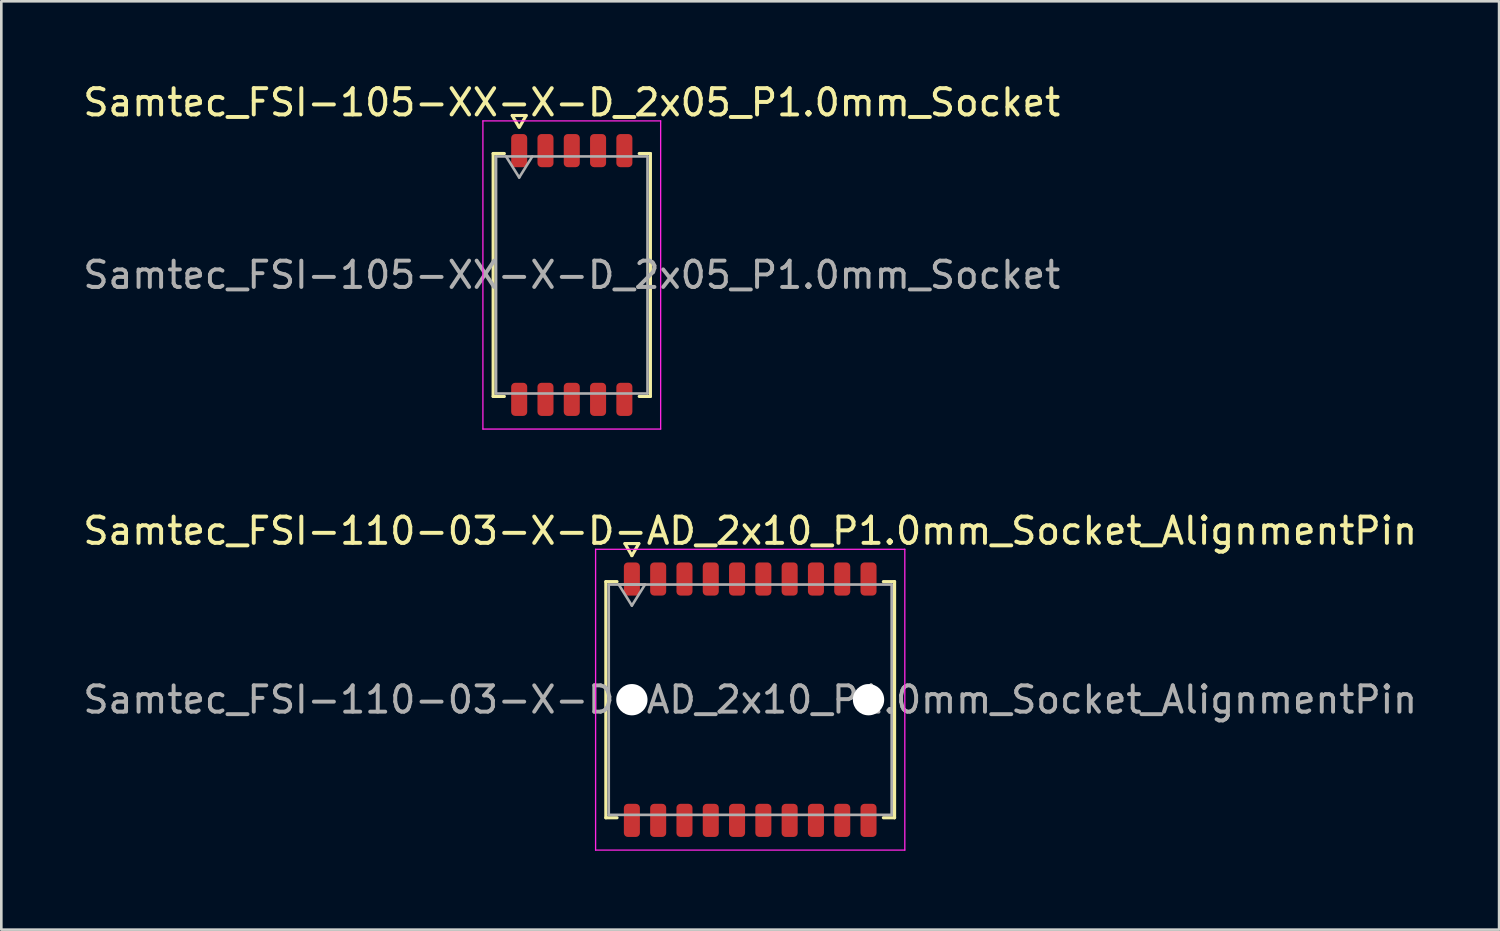
<source format=kicad_pcb>
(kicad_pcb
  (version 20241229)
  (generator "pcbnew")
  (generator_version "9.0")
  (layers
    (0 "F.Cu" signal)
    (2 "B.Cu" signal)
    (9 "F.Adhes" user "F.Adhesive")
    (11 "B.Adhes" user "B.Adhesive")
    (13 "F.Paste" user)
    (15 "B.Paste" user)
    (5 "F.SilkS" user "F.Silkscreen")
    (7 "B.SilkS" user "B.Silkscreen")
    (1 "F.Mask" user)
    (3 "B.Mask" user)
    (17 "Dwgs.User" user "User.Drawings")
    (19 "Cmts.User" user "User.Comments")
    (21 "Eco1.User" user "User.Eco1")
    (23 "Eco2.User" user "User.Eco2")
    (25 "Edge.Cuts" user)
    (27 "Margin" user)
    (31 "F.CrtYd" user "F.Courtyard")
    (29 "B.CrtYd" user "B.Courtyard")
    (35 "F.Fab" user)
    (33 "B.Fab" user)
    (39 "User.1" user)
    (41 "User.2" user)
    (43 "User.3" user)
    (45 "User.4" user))
  (footprint "Samtec_FSI-110-03-X-D-AD_2x10_P1.0mm_Socket_AlignmentPin"
    (layer "F.Cu")
    (at 25.482 23.561)
    (property "Reference" "Samtec_FSI-110-03-X-D-AD_2x10_P1.0mm_Socket_AlignmentPin" (at 0 -6.42 0) (layer "F.SilkS") (effects (font (size 1 1) (thickness 0.15))))
    (attr smd)
    (fp_line (start -5.49 -4.49) (end -5.065 -4.49) (stroke (width 0.12) (type solid)) (layer "F.SilkS"))
    (fp_line (start -5.49 4.49) (end -5.49 -4.49) (stroke (width 0.12) (type solid)) (layer "F.SilkS"))
    (fp_line (start -5.065 4.49) (end -5.49 4.49) (stroke (width 0.12) (type solid)) (layer "F.SilkS"))
    (fp_line (start -4.764 -5.938) (end -4.5 -5.48) (stroke (width 0.12) (type solid)) (layer "F.SilkS"))
    (fp_line (start -4.5 -5.48) (end -4.236 -5.938) (stroke (width 0.12) (type solid)) (layer "F.SilkS"))
    (fp_line (start -4.236 -5.938) (end -4.764 -5.938) (stroke (width 0.12) (type solid)) (layer "F.SilkS"))
    (fp_line (start 5.065 -4.49) (end 5.49 -4.49) (stroke (width 0.12) (type solid)) (layer "F.SilkS"))
    (fp_line (start 5.49 -4.49) (end 5.49 4.49) (stroke (width 0.12) (type solid)) (layer "F.SilkS"))
    (fp_line (start 5.49 4.49) (end 5.065 4.49) (stroke (width 0.12) (type solid)) (layer "F.SilkS"))
    (fp_line (start -5.88 -5.72) (end -5.88 5.72) (stroke (width 0.05) (type solid)) (layer "F.CrtYd"))
    (fp_line (start -5.88 5.72) (end 5.88 5.72) (stroke (width 0.05) (type solid)) (layer "F.CrtYd"))
    (fp_line (start 5.88 -5.72) (end -5.88 -5.72) (stroke (width 0.05) (type solid)) (layer "F.CrtYd"))
    (fp_line (start 5.88 5.72) (end 5.88 -5.72) (stroke (width 0.05) (type solid)) (layer "F.CrtYd"))
    (fp_line (start -5.38 -4.38) (end 5.38 -4.38) (stroke (width 0.1) (type solid)) (layer "F.Fab"))
    (fp_line (start -5.38 4.38) (end -5.38 -4.38) (stroke (width 0.1) (type solid)) (layer "F.Fab"))
    (fp_line (start -5 -4.38) (end -4.5 -3.58) (stroke (width 0.1) (type solid)) (layer "F.Fab"))
    (fp_line (start -4.5 -3.58) (end -4 -4.38) (stroke (width 0.1) (type solid)) (layer "F.Fab"))
    (fp_line (start -4 -4.38) (end -5 -4.38) (stroke (width 0.1) (type solid)) (layer "F.Fab"))
    (fp_line (start 5.38 -4.38) (end 5.38 4.38) (stroke (width 0.1) (type solid)) (layer "F.Fab"))
    (fp_line (start 5.38 4.38) (end -5.38 4.38) (stroke (width 0.1) (type solid)) (layer "F.Fab"))
    (fp_text user "${REFERENCE}" (at 0 0 0) (layer "F.Fab") (effects (font (size 1 1) (thickness 0.15))))
    (pad "" np_thru_hole circle (at -4.5 0) (size 1.19 1.19) (drill 1.19) (layers "*.Cu" "*.Mask"))
    (pad "" np_thru_hole circle (at 4.5 0) (size 1.19 1.19) (drill 1.19) (layers "*.Cu" "*.Mask"))
    (pad "1" smd roundrect (at -4.5 -4.59) (size 0.61 1.26) (layers "F.Cu" "F.Mask" "F.Paste") (roundrect_rratio 0.25))
    (pad "2" smd roundrect (at -4.5 4.59) (size 0.61 1.26) (layers "F.Cu" "F.Mask" "F.Paste") (roundrect_rratio 0.25))
    (pad "3" smd roundrect (at -3.5 -4.59) (size 0.61 1.26) (layers "F.Cu" "F.Mask" "F.Paste") (roundrect_rratio 0.25))
    (pad "4" smd roundrect (at -3.5 4.59) (size 0.61 1.26) (layers "F.Cu" "F.Mask" "F.Paste") (roundrect_rratio 0.25))
    (pad "5" smd roundrect (at -2.5 -4.59) (size 0.61 1.26) (layers "F.Cu" "F.Mask" "F.Paste") (roundrect_rratio 0.25))
    (pad "6" smd roundrect (at -2.5 4.59) (size 0.61 1.26) (layers "F.Cu" "F.Mask" "F.Paste") (roundrect_rratio 0.25))
    (pad "7" smd roundrect (at -1.5 -4.59) (size 0.61 1.26) (layers "F.Cu" "F.Mask" "F.Paste") (roundrect_rratio 0.25))
    (pad "8" smd roundrect (at -1.5 4.59) (size 0.61 1.26) (layers "F.Cu" "F.Mask" "F.Paste") (roundrect_rratio 0.25))
    (pad "9" smd roundrect (at -0.5 -4.59) (size 0.61 1.26) (layers "F.Cu" "F.Mask" "F.Paste") (roundrect_rratio 0.25))
    (pad "10" smd roundrect (at -0.5 4.59) (size 0.61 1.26) (layers "F.Cu" "F.Mask" "F.Paste") (roundrect_rratio 0.25))
    (pad "11" smd roundrect (at 0.5 -4.59) (size 0.61 1.26) (layers "F.Cu" "F.Mask" "F.Paste") (roundrect_rratio 0.25))
    (pad "12" smd roundrect (at 0.5 4.59) (size 0.61 1.26) (layers "F.Cu" "F.Mask" "F.Paste") (roundrect_rratio 0.25))
    (pad "13" smd roundrect (at 1.5 -4.59) (size 0.61 1.26) (layers "F.Cu" "F.Mask" "F.Paste") (roundrect_rratio 0.25))
    (pad "14" smd roundrect (at 1.5 4.59) (size 0.61 1.26) (layers "F.Cu" "F.Mask" "F.Paste") (roundrect_rratio 0.25))
    (pad "15" smd roundrect (at 2.5 -4.59) (size 0.61 1.26) (layers "F.Cu" "F.Mask" "F.Paste") (roundrect_rratio 0.25))
    (pad "16" smd roundrect (at 2.5 4.59) (size 0.61 1.26) (layers "F.Cu" "F.Mask" "F.Paste") (roundrect_rratio 0.25))
    (pad "17" smd roundrect (at 3.5 -4.59) (size 0.61 1.26) (layers "F.Cu" "F.Mask" "F.Paste") (roundrect_rratio 0.25))
    (pad "18" smd roundrect (at 3.5 4.59) (size 0.61 1.26) (layers "F.Cu" "F.Mask" "F.Paste") (roundrect_rratio 0.25))
    (pad "19" smd roundrect (at 4.5 -4.59) (size 0.61 1.26) (layers "F.Cu" "F.Mask" "F.Paste") (roundrect_rratio 0.25))
    (pad "20" smd roundrect (at 4.5 4.59) (size 0.61 1.26) (layers "F.Cu" "F.Mask" "F.Paste") (roundrect_rratio 0.25)))
  (footprint "Samtec_FSI-105-XX-X-D_2x05_P1.0mm_Socket"
    (layer "F.Cu")
    (at 18.696 7.408)
    (property "Reference" "Samtec_FSI-105-XX-X-D_2x05_P1.0mm_Socket" (at 0 -6.56 0) (layer "F.SilkS") (effects (font (size 1 1) (thickness 0.15))))
    (attr smd)
    (fp_line (start -2.99 -4.619) (end -2.565 -4.619) (stroke (width 0.12) (type solid)) (layer "F.SilkS"))
    (fp_line (start -2.99 4.619) (end -2.99 -4.619) (stroke (width 0.12) (type solid)) (layer "F.SilkS"))
    (fp_line (start -2.565 4.619) (end -2.99 4.619) (stroke (width 0.12) (type solid)) (layer "F.SilkS"))
    (fp_line (start -2.264 -6.066) (end -2.007 -5.62) (stroke (width 0.12) (type solid)) (layer "F.SilkS"))
    (fp_line (start -1.993 -5.62) (end -1.736 -6.066) (stroke (width 0.12) (type solid)) (layer "F.SilkS"))
    (fp_line (start -1.736 -6.066) (end -2.264 -6.066) (stroke (width 0.12) (type solid)) (layer "F.SilkS"))
    (fp_line (start 2.565 -4.619) (end 2.99 -4.619) (stroke (width 0.12) (type solid)) (layer "F.SilkS"))
    (fp_line (start 2.99 -4.619) (end 2.99 4.619) (stroke (width 0.12) (type solid)) (layer "F.SilkS"))
    (fp_line (start 2.99 4.619) (end 2.565 4.619) (stroke (width 0.12) (type solid)) (layer "F.SilkS"))
    (fp_line (start -3.38 -5.86) (end -3.38 5.86) (stroke (width 0.05) (type solid)) (layer "F.CrtYd"))
    (fp_line (start -3.38 5.86) (end 3.38 5.86) (stroke (width 0.05) (type solid)) (layer "F.CrtYd"))
    (fp_line (start 3.38 -5.86) (end -3.38 -5.86) (stroke (width 0.05) (type solid)) (layer "F.CrtYd"))
    (fp_line (start 3.38 5.86) (end 3.38 -5.86) (stroke (width 0.05) (type solid)) (layer "F.CrtYd"))
    (fp_line (start -2.88 -4.508) (end 2.88 -4.508) (stroke (width 0.1) (type solid)) (layer "F.Fab"))
    (fp_line (start -2.88 4.508) (end -2.88 -4.508) (stroke (width 0.1) (type solid)) (layer "F.Fab"))
    (fp_line (start -2.5 -4.508) (end -2 -3.708) (stroke (width 0.1) (type solid)) (layer "F.Fab"))
    (fp_line (start -2 -3.708) (end -1.5 -4.508) (stroke (width 0.1) (type solid)) (layer "F.Fab"))
    (fp_line (start 2.88 -4.508) (end 2.88 4.508) (stroke (width 0.1) (type solid)) (layer "F.Fab"))
    (fp_line (start 2.88 4.508) (end -2.88 4.508) (stroke (width 0.1) (type solid)) (layer "F.Fab"))
    (fp_text user "${REFERENCE}" (at 0 0 0) (layer "F.Fab") (effects (font (size 1 1) (thickness 0.15))))
    (pad "1" smd roundrect (at -2 -4.73) (size 0.61 1.26) (layers "F.Cu" "F.Mask" "F.Paste") (roundrect_rratio 0.25))
    (pad "2" smd roundrect (at -2 4.73) (size 0.61 1.26) (layers "F.Cu" "F.Mask" "F.Paste") (roundrect_rratio 0.25))
    (pad "3" smd roundrect (at -1 -4.73) (size 0.61 1.26) (layers "F.Cu" "F.Mask" "F.Paste") (roundrect_rratio 0.25))
    (pad "4" smd roundrect (at -1 4.73) (size 0.61 1.26) (layers "F.Cu" "F.Mask" "F.Paste") (roundrect_rratio 0.25))
    (pad "5" smd roundrect (at 0 -4.73) (size 0.61 1.26) (layers "F.Cu" "F.Mask" "F.Paste") (roundrect_rratio 0.25))
    (pad "6" smd roundrect (at 0 4.73) (size 0.61 1.26) (layers "F.Cu" "F.Mask" "F.Paste") (roundrect_rratio 0.25))
    (pad "7" smd roundrect (at 1 -4.73) (size 0.61 1.26) (layers "F.Cu" "F.Mask" "F.Paste") (roundrect_rratio 0.25))
    (pad "8" smd roundrect (at 1 4.73) (size 0.61 1.26) (layers "F.Cu" "F.Mask" "F.Paste") (roundrect_rratio 0.25))
    (pad "9" smd roundrect (at 2 -4.73) (size 0.61 1.26) (layers "F.Cu" "F.Mask" "F.Paste") (roundrect_rratio 0.25))
    (pad "10" smd roundrect (at 2 4.73) (size 0.61 1.26) (layers "F.Cu" "F.Mask" "F.Paste") (roundrect_rratio 0.25)))
  (gr_rect
    (start -3 -3)
    (end 53.964 32.306)
    (stroke (width 0.1) (type default))
    (fill no)
    (layer "Edge.Cuts")))
</source>
